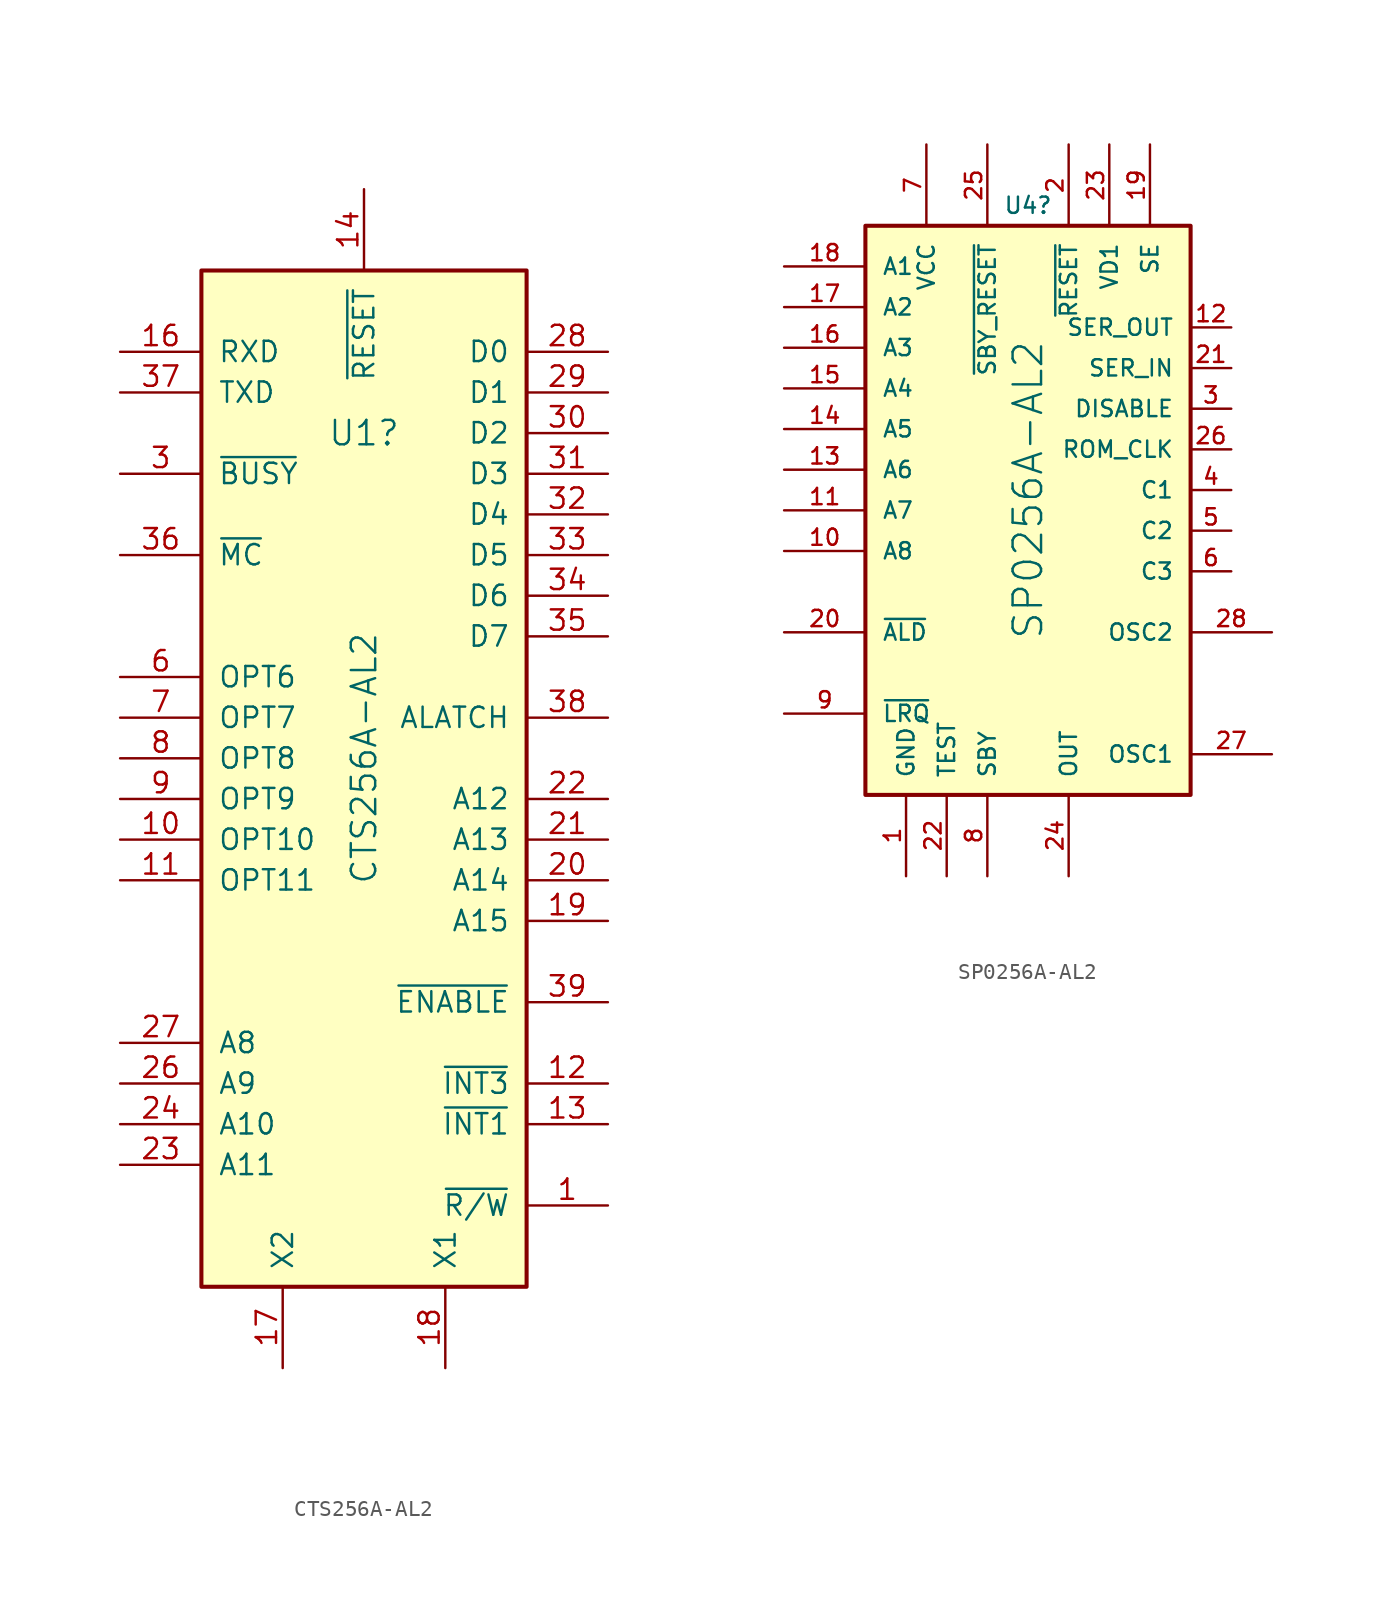
<source format=kicad_sym>
(kicad_symbol_lib
  (version 20211014)
  (generator kicad_symbol_editor)
  (symbol "CTS256A-AL2"
    (pin_names
      (offset 1.016))
    (property "Reference" "U1"
      (at 0 20.32 0)
      (effects (font (size 1.524 1.524))))
    (property "Value" "CTS256A-AL2"
      (at 0 0 90)
      (effects (font (size 1.524 1.524))))
    (symbol "CTS256A-AL2_0_1"
      (rectangle (start -10.16 30.48) (end 10.16 -33.02) (stroke (width 0.254) (type default) (color 0 0 0 0)) (fill (type background))))
    (symbol "CTS256A-AL2_1_1"
      (pin output line (at 15.24 -27.94 180) (length 5.08) (name "~{R/W}" (effects (font (size 1.27 1.27)))) (number "1" (effects (font (size 1.27 1.27)))))
      (pin input line (at -15.24 -5.08 0) (length 5.08) (name "OPT10" (effects (font (size 1.27 1.27)))) (number "10" (effects (font (size 1.27 1.27)))))
      (pin input line (at -15.24 -7.62 0) (length 5.08) (name "OPT11" (effects (font (size 1.27 1.27)))) (number "11" (effects (font (size 1.27 1.27)))))
      (pin input line (at 15.24 -20.32 180) (length 5.08) (name "~{INT3}" (effects (font (size 1.27 1.27)))) (number "12" (effects (font (size 1.27 1.27)))))
      (pin input line (at 15.24 -22.86 180) (length 5.08) (name "~{INT1}" (effects (font (size 1.27 1.27)))) (number "13" (effects (font (size 1.27 1.27)))))
      (pin input line (at 0 35.56 270) (length 5.08) (name "~{RESET}" (effects (font (size 1.27 1.27)))) (number "14" (effects (font (size 1.27 1.27)))))
      (pin no_connect line (at -12.7 -27.94 0) (length 2.54) hide (name "NC" (effects (font (size 1.27 1.27)))) (number "15" (effects (font (size 1.27 1.27)))))
      (pin input line (at -15.24 25.4 0) (length 5.08) (name "RXD" (effects (font (size 1.27 1.27)))) (number "16" (effects (font (size 1.27 1.27)))))
      (pin passive line (at -5.08 -38.1 90) (length 5.08) (name "X2" (effects (font (size 1.27 1.27)))) (number "17" (effects (font (size 1.27 1.27)))))
      (pin passive line (at 5.08 -38.1 90) (length 5.08) (name "X1" (effects (font (size 1.27 1.27)))) (number "18" (effects (font (size 1.27 1.27)))))
      (pin output line (at 15.24 -10.16 180) (length 5.08) (name "A15" (effects (font (size 1.27 1.27)))) (number "19" (effects (font (size 1.27 1.27)))))
      (pin no_connect line (at -12.7 -10.16 0) (length 2.54) hide (name "NC" (effects (font (size 1.27 1.27)))) (number "2" (effects (font (size 1.27 1.27)))))
      (pin output line (at 15.24 -7.62 180) (length 5.08) (name "A14" (effects (font (size 1.27 1.27)))) (number "20" (effects (font (size 1.27 1.27)))))
      (pin output line (at 15.24 -5.08 180) (length 5.08) (name "A13" (effects (font (size 1.27 1.27)))) (number "21" (effects (font (size 1.27 1.27)))))
      (pin output line (at 15.24 -2.54 180) (length 5.08) (name "A12" (effects (font (size 1.27 1.27)))) (number "22" (effects (font (size 1.27 1.27)))))
      (pin output line (at -15.24 -25.4 0) (length 5.08) (name "A11" (effects (font (size 1.27 1.27)))) (number "23" (effects (font (size 1.27 1.27)))))
      (pin output line (at -15.24 -22.86 0) (length 5.08) (name "A10" (effects (font (size 1.27 1.27)))) (number "24" (effects (font (size 1.27 1.27)))))
      (pin power_in line (at -5.08 30.48 270) (length 0) hide (name "VCC" (effects (font (size 1.27 1.27)))) (number "25" (effects (font (size 1.27 1.27)))))
      (pin output line (at -15.24 -20.32 0) (length 5.08) (name "A9" (effects (font (size 1.27 1.27)))) (number "26" (effects (font (size 1.27 1.27)))))
      (pin output line (at -15.24 -17.78 0) (length 5.08) (name "A8" (effects (font (size 1.27 1.27)))) (number "27" (effects (font (size 1.27 1.27)))))
      (pin bidirectional line (at 15.24 25.4 180) (length 5.08) (name "D0" (effects (font (size 1.27 1.27)))) (number "28" (effects (font (size 1.27 1.27)))))
      (pin bidirectional line (at 15.24 22.86 180) (length 5.08) (name "D1" (effects (font (size 1.27 1.27)))) (number "29" (effects (font (size 1.27 1.27)))))
      (pin output line (at -15.24 17.78 0) (length 5.08) (name "~{BUSY}" (effects (font (size 1.27 1.27)))) (number "3" (effects (font (size 1.27 1.27)))))
      (pin bidirectional line (at 15.24 20.32 180) (length 5.08) (name "D2" (effects (font (size 1.27 1.27)))) (number "30" (effects (font (size 1.27 1.27)))))
      (pin bidirectional line (at 15.24 17.78 180) (length 5.08) (name "D3" (effects (font (size 1.27 1.27)))) (number "31" (effects (font (size 1.27 1.27)))))
      (pin bidirectional line (at 15.24 15.24 180) (length 5.08) (name "D4" (effects (font (size 1.27 1.27)))) (number "32" (effects (font (size 1.27 1.27)))))
      (pin bidirectional line (at 15.24 12.7 180) (length 5.08) (name "D5" (effects (font (size 1.27 1.27)))) (number "33" (effects (font (size 1.27 1.27)))))
      (pin bidirectional line (at 15.24 10.16 180) (length 5.08) (name "D6" (effects (font (size 1.27 1.27)))) (number "34" (effects (font (size 1.27 1.27)))))
      (pin bidirectional line (at 15.24 7.62 180) (length 5.08) (name "D7" (effects (font (size 1.27 1.27)))) (number "35" (effects (font (size 1.27 1.27)))))
      (pin input line (at -15.24 12.7 0) (length 5.08) (name "~{MC}" (effects (font (size 1.27 1.27)))) (number "36" (effects (font (size 1.27 1.27)))))
      (pin output line (at -15.24 22.86 0) (length 5.08) (name "TXD" (effects (font (size 1.27 1.27)))) (number "37" (effects (font (size 1.27 1.27)))))
      (pin output line (at 15.24 2.54 180) (length 5.08) (name "ALATCH" (effects (font (size 1.27 1.27)))) (number "38" (effects (font (size 1.27 1.27)))))
      (pin output line (at 15.24 -15.24 180) (length 5.08) (name "~{ENABLE}" (effects (font (size 1.27 1.27)))) (number "39" (effects (font (size 1.27 1.27)))))
      (pin no_connect line (at -12.7 -12.7 0) (length 2.54) hide (name "NC" (effects (font (size 1.27 1.27)))) (number "4" (effects (font (size 1.27 1.27)))))
      (pin power_in line (at -10.16 15.24 0) (length 0) hide (name "GND" (effects (font (size 1.27 1.27)))) (number "40" (effects (font (size 1.27 1.27)))))
      (pin no_connect line (at -12.7 -15.24 0) (length 2.54) hide (name "NC" (effects (font (size 1.27 1.27)))) (number "5" (effects (font (size 1.27 1.27)))))
      (pin input line (at -15.24 5.08 0) (length 5.08) (name "OPT6" (effects (font (size 1.27 1.27)))) (number "6" (effects (font (size 1.27 1.27)))))
      (pin input line (at -15.24 2.54 0) (length 5.08) (name "OPT7" (effects (font (size 1.27 1.27)))) (number "7" (effects (font (size 1.27 1.27)))))
      (pin input line (at -15.24 0 0) (length 5.08) (name "OPT8" (effects (font (size 1.27 1.27)))) (number "8" (effects (font (size 1.27 1.27)))))
      (pin input line (at -15.24 -2.54 0) (length 5.08) (name "OPT9" (effects (font (size 1.27 1.27)))) (number "9" (effects (font (size 1.27 1.27)))))))
  (symbol "SP0256A-AL2"
    (pin_names
      (offset 1.016))
    (property "Reference" "U4"
      (at 0 19.05 0)
      (effects (font (size 1.016 1.016))))
    (property "Value" "SP0256A-AL2"
      (at 0 1.27 90)
      (effects (font (size 1.778 1.778))))
    (property "Datasheet" ""
      (at 0 -5.08 0)
      (effects (font (size 1.524 1.524))))
    (symbol "SP0256A-AL2_0_0"
      (pin input line (at -15.24 -2.54 0) (length 5.08) (name "A8" (effects (font (size 1.016 1.016)))) (number "10" (effects (font (size 1.016 1.016)))))
      (pin input line (at -15.24 0 0) (length 5.08) (name "A7" (effects (font (size 1.016 1.016)))) (number "11" (effects (font (size 1.016 1.016)))))
      (pin passive line (at 7.62 22.86 270) (length 5.08) (name "SE" (effects (font (size 1.016 1.016)))) (number "19" (effects (font (size 1.016 1.016)))))
      (pin passive line (at 5.08 22.86 270) (length 5.08) (name "VD1" (effects (font (size 1.016 1.016)))) (number "23" (effects (font (size 1.016 1.016)))))
      (pin output line (at 2.54 -22.86 90) (length 5.08) (name "OUT" (effects (font (size 1.016 1.016)))) (number "24" (effects (font (size 1.016 1.016)))))
      (pin passive line (at 15.24 -15.24 180) (length 5.08) (name "OSC1" (effects (font (size 1.016 1.016)))) (number "27" (effects (font (size 1.016 1.016)))))
      (pin passive line (at 15.24 -7.62 180) (length 5.08) (name "OSC2" (effects (font (size 1.016 1.016)))) (number "28" (effects (font (size 1.016 1.016))))))
    (symbol "SP0256A-AL2_0_1"
      (rectangle (start -10.16 17.78) (end 10.16 -17.78) (stroke (width 0.254) (type default) (color 0 0 0 0)) (fill (type background))))
    (symbol "SP0256A-AL2_1_0"
      (pin power_in line (at -7.62 -22.86 90) (length 5.08) (name "GND" (effects (font (size 1.016 1.016)))) (number "1" (effects (font (size 1.016 1.016)))))
      (pin input line (at 2.54 22.86 270) (length 5.08) (name "~{RESET}" (effects (font (size 1.016 1.016)))) (number "2" (effects (font (size 1.016 1.016)))))
      (pin passive line (at -5.08 -22.86 90) (length 5.08) (name "TEST" (effects (font (size 1.016 1.016)))) (number "22" (effects (font (size 1.016 1.016)))))
      (pin input line (at -2.54 22.86 270) (length 5.08) (name "~{SBY_RESET}" (effects (font (size 1.016 1.016)))) (number "25" (effects (font (size 1.016 1.016)))))
      (pin power_in line (at -6.35 22.86 270) (length 5.08) (name "VCC" (effects (font (size 1.016 1.016)))) (number "7" (effects (font (size 1.016 1.016)))))
      (pin passive line (at -2.54 -22.86 90) (length 5.08) (name "SBY" (effects (font (size 1.016 1.016)))) (number "8" (effects (font (size 1.016 1.016))))))
    (symbol "SP0256A-AL2_1_1"
      (pin output line (at 12.7 11.43 180) (length 2.54) (name "SER_OUT" (effects (font (size 1.016 1.016)))) (number "12" (effects (font (size 1.016 1.016)))))
      (pin input line (at -15.24 2.54 0) (length 5.08) (name "A6" (effects (font (size 1.016 1.016)))) (number "13" (effects (font (size 1.016 1.016)))))
      (pin input line (at -15.24 5.08 0) (length 5.08) (name "A5" (effects (font (size 1.016 1.016)))) (number "14" (effects (font (size 1.016 1.016)))))
      (pin input line (at -15.24 7.62 0) (length 5.08) (name "A4" (effects (font (size 1.016 1.016)))) (number "15" (effects (font (size 1.016 1.016)))))
      (pin input line (at -15.24 10.16 0) (length 5.08) (name "A3" (effects (font (size 1.016 1.016)))) (number "16" (effects (font (size 1.016 1.016)))))
      (pin input line (at -15.24 12.7 0) (length 5.08) (name "A2" (effects (font (size 1.016 1.016)))) (number "17" (effects (font (size 1.016 1.016)))))
      (pin input line (at -15.24 15.24 0) (length 5.08) (name "A1" (effects (font (size 1.016 1.016)))) (number "18" (effects (font (size 1.016 1.016)))))
      (pin input line (at -15.24 -7.62 0) (length 5.08) (name "~{ALD}" (effects (font (size 1.016 1.016)))) (number "20" (effects (font (size 1.016 1.016)))))
      (pin input line (at 12.7 8.89 180) (length 2.54) (name "SER_IN" (effects (font (size 1.016 1.016)))) (number "21" (effects (font (size 1.016 1.016)))))
      (pin output line (at 12.7 3.81 180) (length 2.54) (name "ROM_CLK" (effects (font (size 1.016 1.016)))) (number "26" (effects (font (size 1.016 1.016)))))
      (pin output line (at 12.7 6.35 180) (length 2.54) (name "DISABLE" (effects (font (size 1.016 1.016)))) (number "3" (effects (font (size 1.016 1.016)))))
      (pin output line (at 12.7 1.27 180) (length 2.54) (name "C1" (effects (font (size 1.016 1.016)))) (number "4" (effects (font (size 1.016 1.016)))))
      (pin output line (at 12.7 -1.27 180) (length 2.54) (name "C2" (effects (font (size 1.016 1.016)))) (number "5" (effects (font (size 1.016 1.016)))))
      (pin output line (at 12.7 -3.81 180) (length 2.54) (name "C3" (effects (font (size 1.016 1.016)))) (number "6" (effects (font (size 1.016 1.016)))))
      (pin output line (at -15.24 -12.7 0) (length 5.08) (name "~{LRQ}" (effects (font (size 1.016 1.016)))) (number "9" (effects (font (size 1.016 1.016))))))))
</source>
